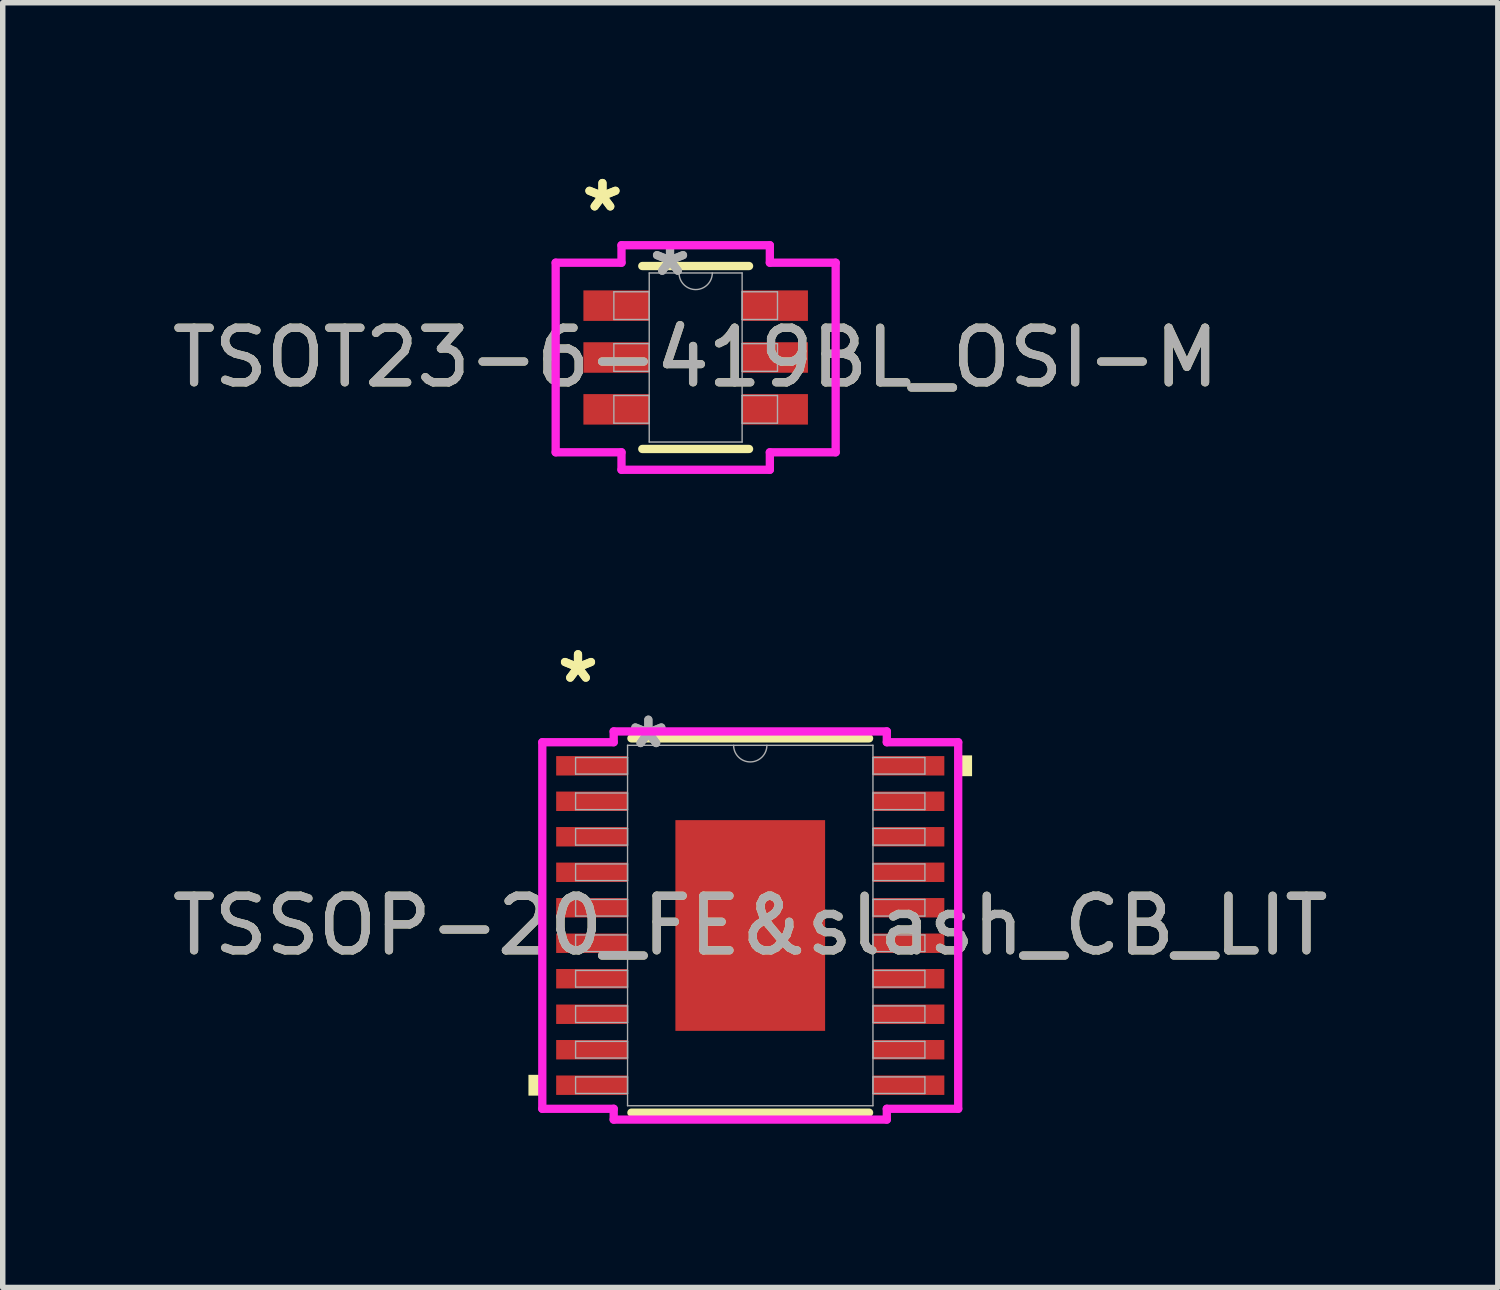
<source format=kicad_pcb>
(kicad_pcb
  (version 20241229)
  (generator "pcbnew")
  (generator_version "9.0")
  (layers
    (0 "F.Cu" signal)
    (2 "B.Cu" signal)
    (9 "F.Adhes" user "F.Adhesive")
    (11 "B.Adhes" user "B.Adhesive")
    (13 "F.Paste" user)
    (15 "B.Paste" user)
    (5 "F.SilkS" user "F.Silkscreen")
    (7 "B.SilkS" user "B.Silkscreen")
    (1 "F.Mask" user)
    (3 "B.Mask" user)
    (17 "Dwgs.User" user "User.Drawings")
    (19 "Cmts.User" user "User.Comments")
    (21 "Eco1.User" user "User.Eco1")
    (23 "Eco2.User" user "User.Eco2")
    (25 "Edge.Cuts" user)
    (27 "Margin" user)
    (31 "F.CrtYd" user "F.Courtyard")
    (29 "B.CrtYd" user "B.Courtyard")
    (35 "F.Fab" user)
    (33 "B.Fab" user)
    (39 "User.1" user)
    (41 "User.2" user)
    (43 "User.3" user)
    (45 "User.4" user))
  (footprint "TSSOP-20_FE&slash_CB_LIT"
    (layer "F.Cu")
    (at 10.696 13.907)
    (property "Reference" "TSSOP-20_FE&slash_CB_LIT" (at 0 0 0) (unlocked yes) (layer "F.SilkS") (effects (font (size 1 1) (thickness 0.15))))
    (attr smd)
    (fp_line (start -2.177 3.429) (end 2.177 3.429) (stroke (width 0.152) (type solid)) (layer "F.SilkS"))
    (fp_line (start 2.177 -3.429) (end -2.177 -3.429) (stroke (width 0.152) (type solid)) (layer "F.SilkS"))
    (fp_poly (pts (xy -4.064 2.736) (xy -4.064 3.117) (xy -3.81 3.117) (xy -3.81 2.736)) (stroke (width 0) (type solid)) (fill yes) (layer "F.SilkS"))
    (fp_poly (pts (xy 4.064 -3.117) (xy 4.064 -2.736) (xy 3.81 -2.736) (xy 3.81 -3.117)) (stroke (width 0) (type solid)) (fill yes) (layer "F.SilkS"))
    (fp_poly (pts (xy -1.272 -1.83) (xy -1.272 -0.743) (xy -0.1 -0.743) (xy -0.1 -1.83)) (stroke (width 0) (type solid)) (fill yes) (layer "F.Paste"))
    (fp_poly (pts (xy -1.272 -0.543) (xy -1.272 0.543) (xy -0.1 0.543) (xy -0.1 -0.543)) (stroke (width 0) (type solid)) (fill yes) (layer "F.Paste"))
    (fp_poly (pts (xy -1.272 0.743) (xy -1.272 1.83) (xy -0.1 1.83) (xy -0.1 0.743)) (stroke (width 0) (type solid)) (fill yes) (layer "F.Paste"))
    (fp_poly (pts (xy 0.1 -1.83) (xy 0.1 -0.743) (xy 1.272 -0.743) (xy 1.272 -1.83)) (stroke (width 0) (type solid)) (fill yes) (layer "F.Paste"))
    (fp_poly (pts (xy 0.1 -0.543) (xy 0.1 0.543) (xy 1.272 0.543) (xy 1.272 -0.543)) (stroke (width 0) (type solid)) (fill yes) (layer "F.Paste"))
    (fp_poly (pts (xy 0.1 0.743) (xy 0.1 1.83) (xy 1.272 1.83) (xy 1.272 0.743)) (stroke (width 0) (type solid)) (fill yes) (layer "F.Paste"))
    (fp_line (start -3.81 -3.358) (end -2.502 -3.358) (stroke (width 0.152) (type solid)) (layer "F.CrtYd"))
    (fp_line (start -3.81 3.358) (end -3.81 -3.358) (stroke (width 0.152) (type solid)) (layer "F.CrtYd"))
    (fp_line (start -3.81 3.358) (end -2.502 3.358) (stroke (width 0.152) (type solid)) (layer "F.CrtYd"))
    (fp_line (start -2.502 -3.556) (end 2.502 -3.556) (stroke (width 0.152) (type solid)) (layer "F.CrtYd"))
    (fp_line (start -2.502 -3.358) (end -2.502 -3.556) (stroke (width 0.152) (type solid)) (layer "F.CrtYd"))
    (fp_line (start -2.502 3.556) (end -2.502 3.358) (stroke (width 0.152) (type solid)) (layer "F.CrtYd"))
    (fp_line (start 2.502 -3.556) (end 2.502 -3.358) (stroke (width 0.152) (type solid)) (layer "F.CrtYd"))
    (fp_line (start 2.502 3.358) (end 2.502 3.556) (stroke (width 0.152) (type solid)) (layer "F.CrtYd"))
    (fp_line (start 2.502 3.556) (end -2.502 3.556) (stroke (width 0.152) (type solid)) (layer "F.CrtYd"))
    (fp_line (start 3.81 -3.358) (end 2.502 -3.358) (stroke (width 0.152) (type solid)) (layer "F.CrtYd"))
    (fp_line (start 3.81 -3.358) (end 3.81 3.358) (stroke (width 0.152) (type solid)) (layer "F.CrtYd"))
    (fp_line (start 3.81 3.358) (end 2.502 3.358) (stroke (width 0.152) (type solid)) (layer "F.CrtYd"))
    (fp_line (start -3.2 -3.078) (end -3.2 -2.774) (stroke (width 0.025) (type solid)) (layer "F.Fab"))
    (fp_line (start -3.2 -2.774) (end -2.248 -2.774) (stroke (width 0.025) (type solid)) (layer "F.Fab"))
    (fp_line (start -3.2 -2.428) (end -3.2 -2.123) (stroke (width 0.025) (type solid)) (layer "F.Fab"))
    (fp_line (start -3.2 -2.123) (end -2.248 -2.123) (stroke (width 0.025) (type solid)) (layer "F.Fab"))
    (fp_line (start -3.2 -1.778) (end -3.2 -1.473) (stroke (width 0.025) (type solid)) (layer "F.Fab"))
    (fp_line (start -3.2 -1.473) (end -2.248 -1.473) (stroke (width 0.025) (type solid)) (layer "F.Fab"))
    (fp_line (start -3.2 -1.128) (end -3.2 -0.823) (stroke (width 0.025) (type solid)) (layer "F.Fab"))
    (fp_line (start -3.2 -0.823) (end -2.248 -0.823) (stroke (width 0.025) (type solid)) (layer "F.Fab"))
    (fp_line (start -3.2 -0.478) (end -3.2 -0.173) (stroke (width 0.025) (type solid)) (layer "F.Fab"))
    (fp_line (start -3.2 -0.173) (end -2.248 -0.173) (stroke (width 0.025) (type solid)) (layer "F.Fab"))
    (fp_line (start -3.2 0.173) (end -3.2 0.478) (stroke (width 0.025) (type solid)) (layer "F.Fab"))
    (fp_line (start -3.2 0.478) (end -2.248 0.478) (stroke (width 0.025) (type solid)) (layer "F.Fab"))
    (fp_line (start -3.2 0.823) (end -3.2 1.128) (stroke (width 0.025) (type solid)) (layer "F.Fab"))
    (fp_line (start -3.2 1.128) (end -2.248 1.128) (stroke (width 0.025) (type solid)) (layer "F.Fab"))
    (fp_line (start -3.2 1.473) (end -3.2 1.778) (stroke (width 0.025) (type solid)) (layer "F.Fab"))
    (fp_line (start -3.2 1.778) (end -2.248 1.778) (stroke (width 0.025) (type solid)) (layer "F.Fab"))
    (fp_line (start -3.2 2.123) (end -3.2 2.428) (stroke (width 0.025) (type solid)) (layer "F.Fab"))
    (fp_line (start -3.2 2.428) (end -2.248 2.428) (stroke (width 0.025) (type solid)) (layer "F.Fab"))
    (fp_line (start -3.2 2.774) (end -3.2 3.078) (stroke (width 0.025) (type solid)) (layer "F.Fab"))
    (fp_line (start -3.2 3.078) (end -2.248 3.078) (stroke (width 0.025) (type solid)) (layer "F.Fab"))
    (fp_line (start -2.248 -3.302) (end -2.248 3.302) (stroke (width 0.025) (type solid)) (layer "F.Fab"))
    (fp_line (start -2.248 -3.078) (end -3.2 -3.078) (stroke (width 0.025) (type solid)) (layer "F.Fab"))
    (fp_line (start -2.248 -2.774) (end -2.248 -3.078) (stroke (width 0.025) (type solid)) (layer "F.Fab"))
    (fp_line (start -2.248 -2.428) (end -3.2 -2.428) (stroke (width 0.025) (type solid)) (layer "F.Fab"))
    (fp_line (start -2.248 -2.123) (end -2.248 -2.428) (stroke (width 0.025) (type solid)) (layer "F.Fab"))
    (fp_line (start -2.248 -1.778) (end -3.2 -1.778) (stroke (width 0.025) (type solid)) (layer "F.Fab"))
    (fp_line (start -2.248 -1.473) (end -2.248 -1.778) (stroke (width 0.025) (type solid)) (layer "F.Fab"))
    (fp_line (start -2.248 -1.128) (end -3.2 -1.128) (stroke (width 0.025) (type solid)) (layer "F.Fab"))
    (fp_line (start -2.248 -0.823) (end -2.248 -1.128) (stroke (width 0.025) (type solid)) (layer "F.Fab"))
    (fp_line (start -2.248 -0.478) (end -3.2 -0.478) (stroke (width 0.025) (type solid)) (layer "F.Fab"))
    (fp_line (start -2.248 -0.173) (end -2.248 -0.478) (stroke (width 0.025) (type solid)) (layer "F.Fab"))
    (fp_line (start -2.248 0.173) (end -3.2 0.173) (stroke (width 0.025) (type solid)) (layer "F.Fab"))
    (fp_line (start -2.248 0.478) (end -2.248 0.173) (stroke (width 0.025) (type solid)) (layer "F.Fab"))
    (fp_line (start -2.248 0.823) (end -3.2 0.823) (stroke (width 0.025) (type solid)) (layer "F.Fab"))
    (fp_line (start -2.248 1.128) (end -2.248 0.823) (stroke (width 0.025) (type solid)) (layer "F.Fab"))
    (fp_line (start -2.248 1.473) (end -3.2 1.473) (stroke (width 0.025) (type solid)) (layer "F.Fab"))
    (fp_line (start -2.248 1.778) (end -2.248 1.473) (stroke (width 0.025) (type solid)) (layer "F.Fab"))
    (fp_line (start -2.248 2.123) (end -3.2 2.123) (stroke (width 0.025) (type solid)) (layer "F.Fab"))
    (fp_line (start -2.248 2.428) (end -2.248 2.123) (stroke (width 0.025) (type solid)) (layer "F.Fab"))
    (fp_line (start -2.248 2.774) (end -3.2 2.774) (stroke (width 0.025) (type solid)) (layer "F.Fab"))
    (fp_line (start -2.248 3.078) (end -2.248 2.774) (stroke (width 0.025) (type solid)) (layer "F.Fab"))
    (fp_line (start -2.248 3.302) (end 2.248 3.302) (stroke (width 0.025) (type solid)) (layer "F.Fab"))
    (fp_line (start 2.248 -3.302) (end -2.248 -3.302) (stroke (width 0.025) (type solid)) (layer "F.Fab"))
    (fp_line (start 2.248 -3.078) (end 2.248 -2.774) (stroke (width 0.025) (type solid)) (layer "F.Fab"))
    (fp_line (start 2.248 -2.774) (end 3.2 -2.774) (stroke (width 0.025) (type solid)) (layer "F.Fab"))
    (fp_line (start 2.248 -2.428) (end 2.248 -2.123) (stroke (width 0.025) (type solid)) (layer "F.Fab"))
    (fp_line (start 2.248 -2.123) (end 3.2 -2.123) (stroke (width 0.025) (type solid)) (layer "F.Fab"))
    (fp_line (start 2.248 -1.778) (end 2.248 -1.473) (stroke (width 0.025) (type solid)) (layer "F.Fab"))
    (fp_line (start 2.248 -1.473) (end 3.2 -1.473) (stroke (width 0.025) (type solid)) (layer "F.Fab"))
    (fp_line (start 2.248 -1.128) (end 2.248 -0.823) (stroke (width 0.025) (type solid)) (layer "F.Fab"))
    (fp_line (start 2.248 -0.823) (end 3.2 -0.823) (stroke (width 0.025) (type solid)) (layer "F.Fab"))
    (fp_line (start 2.248 -0.478) (end 2.248 -0.173) (stroke (width 0.025) (type solid)) (layer "F.Fab"))
    (fp_line (start 2.248 -0.173) (end 3.2 -0.173) (stroke (width 0.025) (type solid)) (layer "F.Fab"))
    (fp_line (start 2.248 0.173) (end 2.248 0.478) (stroke (width 0.025) (type solid)) (layer "F.Fab"))
    (fp_line (start 2.248 0.478) (end 3.2 0.478) (stroke (width 0.025) (type solid)) (layer "F.Fab"))
    (fp_line (start 2.248 0.823) (end 2.248 1.128) (stroke (width 0.025) (type solid)) (layer "F.Fab"))
    (fp_line (start 2.248 1.128) (end 3.2 1.128) (stroke (width 0.025) (type solid)) (layer "F.Fab"))
    (fp_line (start 2.248 1.473) (end 2.248 1.778) (stroke (width 0.025) (type solid)) (layer "F.Fab"))
    (fp_line (start 2.248 1.778) (end 3.2 1.778) (stroke (width 0.025) (type solid)) (layer "F.Fab"))
    (fp_line (start 2.248 2.123) (end 2.248 2.428) (stroke (width 0.025) (type solid)) (layer "F.Fab"))
    (fp_line (start 2.248 2.428) (end 3.2 2.428) (stroke (width 0.025) (type solid)) (layer "F.Fab"))
    (fp_line (start 2.248 2.774) (end 2.248 3.078) (stroke (width 0.025) (type solid)) (layer "F.Fab"))
    (fp_line (start 2.248 3.078) (end 3.2 3.078) (stroke (width 0.025) (type solid)) (layer "F.Fab"))
    (fp_line (start 2.248 3.302) (end 2.248 -3.302) (stroke (width 0.025) (type solid)) (layer "F.Fab"))
    (fp_line (start 3.2 -3.078) (end 2.248 -3.078) (stroke (width 0.025) (type solid)) (layer "F.Fab"))
    (fp_line (start 3.2 -2.774) (end 3.2 -3.078) (stroke (width 0.025) (type solid)) (layer "F.Fab"))
    (fp_line (start 3.2 -2.428) (end 2.248 -2.428) (stroke (width 0.025) (type solid)) (layer "F.Fab"))
    (fp_line (start 3.2 -2.123) (end 3.2 -2.428) (stroke (width 0.025) (type solid)) (layer "F.Fab"))
    (fp_line (start 3.2 -1.778) (end 2.248 -1.778) (stroke (width 0.025) (type solid)) (layer "F.Fab"))
    (fp_line (start 3.2 -1.473) (end 3.2 -1.778) (stroke (width 0.025) (type solid)) (layer "F.Fab"))
    (fp_line (start 3.2 -1.128) (end 2.248 -1.128) (stroke (width 0.025) (type solid)) (layer "F.Fab"))
    (fp_line (start 3.2 -0.823) (end 3.2 -1.128) (stroke (width 0.025) (type solid)) (layer "F.Fab"))
    (fp_line (start 3.2 -0.478) (end 2.248 -0.478) (stroke (width 0.025) (type solid)) (layer "F.Fab"))
    (fp_line (start 3.2 -0.173) (end 3.2 -0.478) (stroke (width 0.025) (type solid)) (layer "F.Fab"))
    (fp_line (start 3.2 0.173) (end 2.248 0.173) (stroke (width 0.025) (type solid)) (layer "F.Fab"))
    (fp_line (start 3.2 0.478) (end 3.2 0.173) (stroke (width 0.025) (type solid)) (layer "F.Fab"))
    (fp_line (start 3.2 0.823) (end 2.248 0.823) (stroke (width 0.025) (type solid)) (layer "F.Fab"))
    (fp_line (start 3.2 1.128) (end 3.2 0.823) (stroke (width 0.025) (type solid)) (layer "F.Fab"))
    (fp_line (start 3.2 1.473) (end 2.248 1.473) (stroke (width 0.025) (type solid)) (layer "F.Fab"))
    (fp_line (start 3.2 1.778) (end 3.2 1.473) (stroke (width 0.025) (type solid)) (layer "F.Fab"))
    (fp_line (start 3.2 2.123) (end 2.248 2.123) (stroke (width 0.025) (type solid)) (layer "F.Fab"))
    (fp_line (start 3.2 2.428) (end 3.2 2.123) (stroke (width 0.025) (type solid)) (layer "F.Fab"))
    (fp_line (start 3.2 2.774) (end 2.248 2.774) (stroke (width 0.025) (type solid)) (layer "F.Fab"))
    (fp_line (start 3.2 3.078) (end 3.2 2.774) (stroke (width 0.025) (type solid)) (layer "F.Fab"))
    (fp_arc (start 0.3048 -3.302) (mid 0 -2.9972) (end -0.3048 -3.302) (stroke (width 0.0254) (type solid)) (layer "F.Fab"))
    (fp_text user "*" (at -3.156 -4.425 0) (layer "F.SilkS") (effects (font (size 1 1) (thickness 0.15))))
    (fp_text user "*" (at -3.156 -4.425 0) (unlocked yes) (layer "F.SilkS") (effects (font (size 1 1) (thickness 0.15))))
    (fp_text user "*" (at -1.867 -3.226 0) (unlocked yes) (layer "F.Fab") (effects (font (size 1 1) (thickness 0.15))))
    (fp_text user "${REFERENCE}" (at 0 0 0) (unlocked yes) (layer "F.Fab") (effects (font (size 1 1) (thickness 0.15))))
    (fp_text user "*" (at -1.867 -3.226 0) (layer "F.Fab") (effects (font (size 1 1) (thickness 0.15))))
    (pad "1" smd rect (at -2.902 -2.926) (size 1.308 0.356) (layers "F.Cu" "F.Mask" "F.Paste"))
    (pad "2" smd rect (at -2.902 -2.276) (size 1.308 0.356) (layers "F.Cu" "F.Mask" "F.Paste"))
    (pad "3" smd rect (at -2.902 -1.626) (size 1.308 0.356) (layers "F.Cu" "F.Mask" "F.Paste"))
    (pad "4" smd rect (at -2.902 -0.975) (size 1.308 0.356) (layers "F.Cu" "F.Mask" "F.Paste"))
    (pad "5" smd rect (at -2.902 -0.325) (size 1.308 0.356) (layers "F.Cu" "F.Mask" "F.Paste"))
    (pad "6" smd rect (at -2.902 0.325) (size 1.308 0.356) (layers "F.Cu" "F.Mask" "F.Paste"))
    (pad "7" smd rect (at -2.902 0.975) (size 1.308 0.356) (layers "F.Cu" "F.Mask" "F.Paste"))
    (pad "8" smd rect (at -2.902 1.626) (size 1.308 0.356) (layers "F.Cu" "F.Mask" "F.Paste"))
    (pad "9" smd rect (at -2.902 2.276) (size 1.308 0.356) (layers "F.Cu" "F.Mask" "F.Paste"))
    (pad "10" smd rect (at -2.902 2.926) (size 1.308 0.356) (layers "F.Cu" "F.Mask" "F.Paste"))
    (pad "11" smd rect (at 2.902 2.926) (size 1.308 0.356) (layers "F.Cu" "F.Mask" "F.Paste"))
    (pad "12" smd rect (at 2.902 2.276) (size 1.308 0.356) (layers "F.Cu" "F.Mask" "F.Paste"))
    (pad "13" smd rect (at 2.902 1.626) (size 1.308 0.356) (layers "F.Cu" "F.Mask" "F.Paste"))
    (pad "14" smd rect (at 2.902 0.975) (size 1.308 0.356) (layers "F.Cu" "F.Mask" "F.Paste"))
    (pad "15" smd rect (at 2.902 0.325) (size 1.308 0.356) (layers "F.Cu" "F.Mask" "F.Paste"))
    (pad "16" smd rect (at 2.902 -0.325) (size 1.308 0.356) (layers "F.Cu" "F.Mask" "F.Paste"))
    (pad "17" smd rect (at 2.902 -0.975) (size 1.308 0.356) (layers "F.Cu" "F.Mask" "F.Paste"))
    (pad "18" smd rect (at 2.902 -1.626) (size 1.308 0.356) (layers "F.Cu" "F.Mask" "F.Paste"))
    (pad "19" smd rect (at 2.902 -2.276) (size 1.308 0.356) (layers "F.Cu" "F.Mask" "F.Paste"))
    (pad "20" smd rect (at 2.902 -2.926) (size 1.308 0.356) (layers "F.Cu" "F.Mask" "F.Paste"))
    (pad "EPAD" smd rect (at 0 0) (size 2.743 3.861) (layers "F.Cu" "F.Mask")))
  (footprint "TSOT23-6-419BL_OSI-M"
    (layer "F.Cu")
    (at 9.696 3.5)
    (property "Reference" "TSOT23-6-419BL_OSI-M" (at 0 0 0) (unlocked yes) (layer "F.SilkS") (effects (font (size 1 1) (thickness 0.15))))
    (attr smd)
    (fp_line (start -0.978 1.676) (end 0.978 1.676) (stroke (width 0.152) (type solid)) (layer "F.SilkS"))
    (fp_line (start 0.978 -1.676) (end -0.978 -1.676) (stroke (width 0.152) (type solid)) (layer "F.SilkS"))
    (fp_line (start -2.565 -1.737) (end -1.359 -1.737) (stroke (width 0.152) (type solid)) (layer "F.CrtYd"))
    (fp_line (start -2.565 1.737) (end -2.565 -1.737) (stroke (width 0.152) (type solid)) (layer "F.CrtYd"))
    (fp_line (start -2.565 1.737) (end -1.359 1.737) (stroke (width 0.152) (type solid)) (layer "F.CrtYd"))
    (fp_line (start -1.359 -2.057) (end 1.359 -2.057) (stroke (width 0.152) (type solid)) (layer "F.CrtYd"))
    (fp_line (start -1.359 -1.737) (end -1.359 -2.057) (stroke (width 0.152) (type solid)) (layer "F.CrtYd"))
    (fp_line (start -1.359 2.057) (end -1.359 1.737) (stroke (width 0.152) (type solid)) (layer "F.CrtYd"))
    (fp_line (start 1.359 -2.057) (end 1.359 -1.737) (stroke (width 0.152) (type solid)) (layer "F.CrtYd"))
    (fp_line (start 1.359 1.737) (end 1.359 2.057) (stroke (width 0.152) (type solid)) (layer "F.CrtYd"))
    (fp_line (start 1.359 2.057) (end -1.359 2.057) (stroke (width 0.152) (type solid)) (layer "F.CrtYd"))
    (fp_line (start 2.565 -1.737) (end 1.359 -1.737) (stroke (width 0.152) (type solid)) (layer "F.CrtYd"))
    (fp_line (start 2.565 -1.737) (end 2.565 1.737) (stroke (width 0.152) (type solid)) (layer "F.CrtYd"))
    (fp_line (start 2.565 1.737) (end 1.359 1.737) (stroke (width 0.152) (type solid)) (layer "F.CrtYd"))
    (fp_line (start -1.499 -1.204) (end -1.499 -0.696) (stroke (width 0.025) (type solid)) (layer "F.Fab"))
    (fp_line (start -1.499 -0.696) (end -0.851 -0.696) (stroke (width 0.025) (type solid)) (layer "F.Fab"))
    (fp_line (start -1.499 -0.254) (end -1.499 0.254) (stroke (width 0.025) (type solid)) (layer "F.Fab"))
    (fp_line (start -1.499 0.254) (end -0.851 0.254) (stroke (width 0.025) (type solid)) (layer "F.Fab"))
    (fp_line (start -1.499 0.696) (end -1.499 1.204) (stroke (width 0.025) (type solid)) (layer "F.Fab"))
    (fp_line (start -1.499 1.204) (end -0.851 1.204) (stroke (width 0.025) (type solid)) (layer "F.Fab"))
    (fp_line (start -0.851 -1.549) (end -0.851 1.549) (stroke (width 0.025) (type solid)) (layer "F.Fab"))
    (fp_line (start -0.851 -1.204) (end -1.499 -1.204) (stroke (width 0.025) (type solid)) (layer "F.Fab"))
    (fp_line (start -0.851 -0.696) (end -0.851 -1.204) (stroke (width 0.025) (type solid)) (layer "F.Fab"))
    (fp_line (start -0.851 -0.254) (end -1.499 -0.254) (stroke (width 0.025) (type solid)) (layer "F.Fab"))
    (fp_line (start -0.851 0.254) (end -0.851 -0.254) (stroke (width 0.025) (type solid)) (layer "F.Fab"))
    (fp_line (start -0.851 0.696) (end -1.499 0.696) (stroke (width 0.025) (type solid)) (layer "F.Fab"))
    (fp_line (start -0.851 1.204) (end -0.851 0.696) (stroke (width 0.025) (type solid)) (layer "F.Fab"))
    (fp_line (start -0.851 1.549) (end 0.851 1.549) (stroke (width 0.025) (type solid)) (layer "F.Fab"))
    (fp_line (start 0.851 -1.549) (end -0.851 -1.549) (stroke (width 0.025) (type solid)) (layer "F.Fab"))
    (fp_line (start 0.851 -1.204) (end 0.851 -0.696) (stroke (width 0.025) (type solid)) (layer "F.Fab"))
    (fp_line (start 0.851 -0.696) (end 1.499 -0.696) (stroke (width 0.025) (type solid)) (layer "F.Fab"))
    (fp_line (start 0.851 -0.254) (end 0.851 0.254) (stroke (width 0.025) (type solid)) (layer "F.Fab"))
    (fp_line (start 0.851 0.254) (end 1.499 0.254) (stroke (width 0.025) (type solid)) (layer "F.Fab"))
    (fp_line (start 0.851 0.696) (end 0.851 1.204) (stroke (width 0.025) (type solid)) (layer "F.Fab"))
    (fp_line (start 0.851 1.204) (end 1.499 1.204) (stroke (width 0.025) (type solid)) (layer "F.Fab"))
    (fp_line (start 0.851 1.549) (end 0.851 -1.549) (stroke (width 0.025) (type solid)) (layer "F.Fab"))
    (fp_line (start 1.499 -1.204) (end 0.851 -1.204) (stroke (width 0.025) (type solid)) (layer "F.Fab"))
    (fp_line (start 1.499 -0.696) (end 1.499 -1.204) (stroke (width 0.025) (type solid)) (layer "F.Fab"))
    (fp_line (start 1.499 -0.254) (end 0.851 -0.254) (stroke (width 0.025) (type solid)) (layer "F.Fab"))
    (fp_line (start 1.499 0.254) (end 1.499 -0.254) (stroke (width 0.025) (type solid)) (layer "F.Fab"))
    (fp_line (start 1.499 0.696) (end 0.851 0.696) (stroke (width 0.025) (type solid)) (layer "F.Fab"))
    (fp_line (start 1.499 1.204) (end 1.499 0.696) (stroke (width 0.025) (type solid)) (layer "F.Fab"))
    (fp_arc (start 0.3048 -1.5494) (mid 0 -1.2446) (end -0.3048 -1.5494) (stroke (width 0.0254) (type solid)) (layer "F.Fab"))
    (fp_text user "*" (at -1.708 -2.652 0) (unlocked yes) (layer "F.SilkS") (effects (font (size 1 1) (thickness 0.15))))
    (fp_text user "*" (at -1.708 -2.652 0) (layer "F.SilkS") (effects (font (size 1 1) (thickness 0.15))))
    (fp_text user "*" (at -0.47 -1.473 0) (unlocked yes) (layer "F.Fab") (effects (font (size 1 1) (thickness 0.15))))
    (fp_text user "*" (at -0.47 -1.473 0) (layer "F.Fab") (effects (font (size 1 1) (thickness 0.15))))
    (fp_text user "${REFERENCE}" (at 0 0 0) (unlocked yes) (layer "F.Fab") (effects (font (size 1 1) (thickness 0.15))))
    (pad "1" smd rect (at -1.454 -0.95) (size 1.206 0.559) (layers "F.Cu" "F.Mask" "F.Paste"))
    (pad "2" smd rect (at -1.454 0) (size 1.206 0.559) (layers "F.Cu" "F.Mask" "F.Paste"))
    (pad "3" smd rect (at -1.454 0.95) (size 1.206 0.559) (layers "F.Cu" "F.Mask" "F.Paste"))
    (pad "4" smd rect (at 1.454 0.95) (size 1.206 0.559) (layers "F.Cu" "F.Mask" "F.Paste"))
    (pad "5" smd rect (at 1.454 0) (size 1.206 0.559) (layers "F.Cu" "F.Mask" "F.Paste"))
    (pad "6" smd rect (at 1.454 -0.95) (size 1.206 0.559) (layers "F.Cu" "F.Mask" "F.Paste")))
  (gr_rect
    (start -3 -3)
    (end 24.393 20.539)
    (stroke (width 0.1) (type default))
    (fill no)
    (layer "Edge.Cuts")))
</source>
